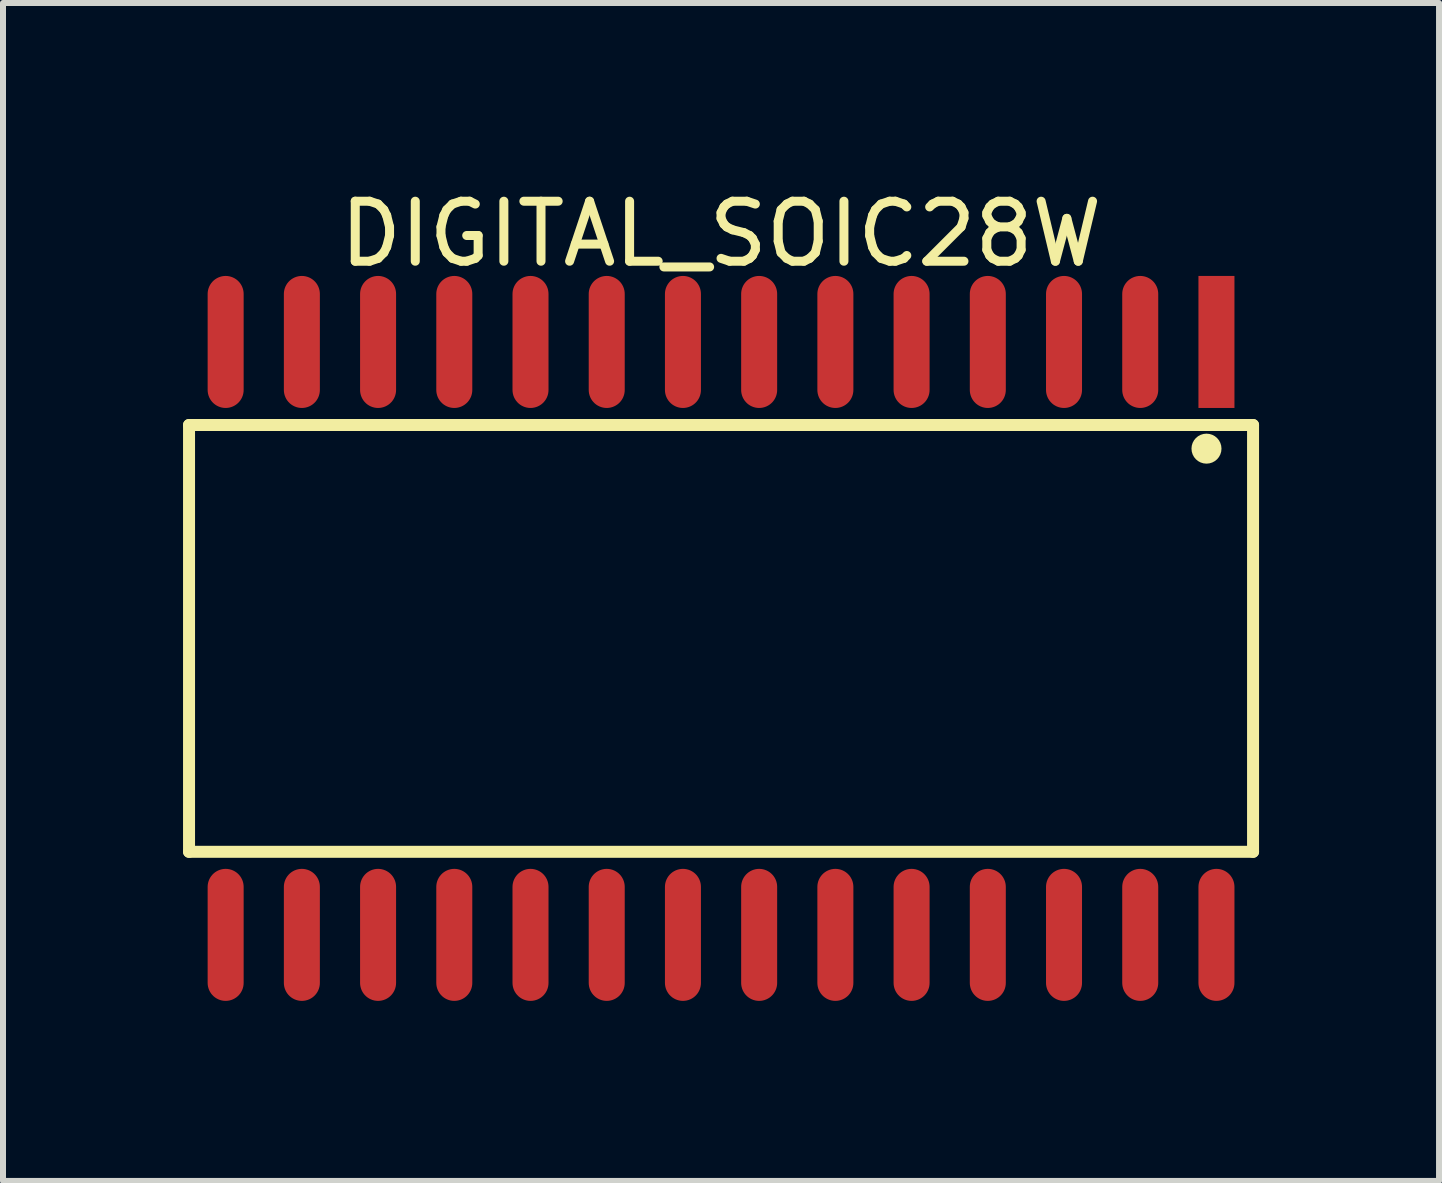
<source format=kicad_pcb>
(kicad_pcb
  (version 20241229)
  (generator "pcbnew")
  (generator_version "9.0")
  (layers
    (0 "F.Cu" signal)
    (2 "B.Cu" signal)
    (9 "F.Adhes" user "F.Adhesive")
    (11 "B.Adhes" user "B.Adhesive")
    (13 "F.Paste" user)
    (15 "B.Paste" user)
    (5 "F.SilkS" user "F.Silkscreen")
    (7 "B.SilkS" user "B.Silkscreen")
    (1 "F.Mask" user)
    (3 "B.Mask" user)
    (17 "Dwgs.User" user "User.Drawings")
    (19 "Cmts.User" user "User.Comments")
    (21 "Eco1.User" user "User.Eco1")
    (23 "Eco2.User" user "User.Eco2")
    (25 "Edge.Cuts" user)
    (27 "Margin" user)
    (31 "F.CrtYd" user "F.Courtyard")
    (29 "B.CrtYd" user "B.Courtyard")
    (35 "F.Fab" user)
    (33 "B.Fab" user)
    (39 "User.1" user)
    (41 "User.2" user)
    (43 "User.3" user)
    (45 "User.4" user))
  (footprint "DIGITAL_SOIC28W"
    (layer "F.Cu")
    (at 8.965 7.588)
    (property "Reference" "DIGITAL_SOIC28W" (at 0 -6.74 0) (layer "F.SilkS") (effects (font (size 1 1) (thickness 0.15))))
    (fp_line (start -8.865 -3.556) (end 8.865 -3.556) (stroke (width 0.2) (type solid)) (layer "F.SilkS"))
    (fp_line (start -8.865 3.556) (end -8.865 -3.556) (stroke (width 0.2) (type solid)) (layer "F.SilkS"))
    (fp_line (start -8.865 3.556) (end 8.865 3.556) (stroke (width 0.2) (type solid)) (layer "F.SilkS"))
    (fp_line (start 8.865 3.556) (end 8.865 -3.556) (stroke (width 0.2) (type solid)) (layer "F.SilkS"))
    (fp_circle (center 8.089 -3.162) (end 8.089 -3.287) (stroke (width 0.25) (type solid)) (fill no) (layer "F.SilkS"))
    (pad "1" smd rect (at 8.255 -4.94) (size 0.6 2.2) (layers "F.Cu" "F.Mask" "F.Paste"))
    (pad "2" smd oval (at 6.985 -4.94) (size 0.6 2.2) (layers "F.Cu" "F.Mask" "F.Paste"))
    (pad "3" smd oval (at 5.715 -4.94) (size 0.6 2.2) (layers "F.Cu" "F.Mask" "F.Paste"))
    (pad "4" smd oval (at 4.445 -4.94) (size 0.6 2.2) (layers "F.Cu" "F.Mask" "F.Paste"))
    (pad "5" smd oval (at 3.175 -4.94) (size 0.6 2.2) (layers "F.Cu" "F.Mask" "F.Paste"))
    (pad "6" smd oval (at 1.905 -4.94) (size 0.6 2.2) (layers "F.Cu" "F.Mask" "F.Paste"))
    (pad "7" smd oval (at 0.635 -4.94) (size 0.6 2.2) (layers "F.Cu" "F.Mask" "F.Paste"))
    (pad "8" smd oval (at -0.635 -4.94) (size 0.6 2.2) (layers "F.Cu" "F.Mask" "F.Paste"))
    (pad "9" smd oval (at -1.905 -4.94) (size 0.6 2.2) (layers "F.Cu" "F.Mask" "F.Paste"))
    (pad "10" smd oval (at -3.175 -4.94) (size 0.6 2.2) (layers "F.Cu" "F.Mask" "F.Paste"))
    (pad "11" smd oval (at -4.445 -4.94) (size 0.6 2.2) (layers "F.Cu" "F.Mask" "F.Paste"))
    (pad "12" smd oval (at -5.715 -4.94) (size 0.6 2.2) (layers "F.Cu" "F.Mask" "F.Paste"))
    (pad "13" smd oval (at -6.985 -4.94) (size 0.6 2.2) (layers "F.Cu" "F.Mask" "F.Paste"))
    (pad "14" smd oval (at -8.255 -4.94) (size 0.6 2.2) (layers "F.Cu" "F.Mask" "F.Paste"))
    (pad "15" smd oval (at -8.255 4.94) (size 0.6 2.2) (layers "F.Cu" "F.Mask" "F.Paste"))
    (pad "16" smd oval (at -6.985 4.94) (size 0.6 2.2) (layers "F.Cu" "F.Mask" "F.Paste"))
    (pad "17" smd oval (at -5.715 4.94) (size 0.6 2.2) (layers "F.Cu" "F.Mask" "F.Paste"))
    (pad "18" smd oval (at -4.445 4.94) (size 0.6 2.2) (layers "F.Cu" "F.Mask" "F.Paste"))
    (pad "19" smd oval (at -3.175 4.94) (size 0.6 2.2) (layers "F.Cu" "F.Mask" "F.Paste"))
    (pad "20" smd oval (at -1.905 4.94) (size 0.6 2.2) (layers "F.Cu" "F.Mask" "F.Paste"))
    (pad "21" smd oval (at -0.635 4.94) (size 0.6 2.2) (layers "F.Cu" "F.Mask" "F.Paste"))
    (pad "22" smd oval (at 0.635 4.94) (size 0.6 2.2) (layers "F.Cu" "F.Mask" "F.Paste"))
    (pad "23" smd oval (at 1.905 4.94) (size 0.6 2.2) (layers "F.Cu" "F.Mask" "F.Paste"))
    (pad "24" smd oval (at 3.175 4.94) (size 0.6 2.2) (layers "F.Cu" "F.Mask" "F.Paste"))
    (pad "25" smd oval (at 4.445 4.94) (size 0.6 2.2) (layers "F.Cu" "F.Mask" "F.Paste"))
    (pad "26" smd oval (at 5.715 4.94) (size 0.6 2.2) (layers "F.Cu" "F.Mask" "F.Paste"))
    (pad "27" smd oval (at 6.985 4.94) (size 0.6 2.2) (layers "F.Cu" "F.Mask" "F.Paste"))
    (pad "28" smd oval (at 8.255 4.94) (size 0.6 2.2) (layers "F.Cu" "F.Mask" "F.Paste")))
  (gr_rect
    (start -3 -3)
    (end 20.929 16.628)
    (stroke (width 0.1) (type default))
    (fill no)
    (layer "Edge.Cuts")))
</source>
